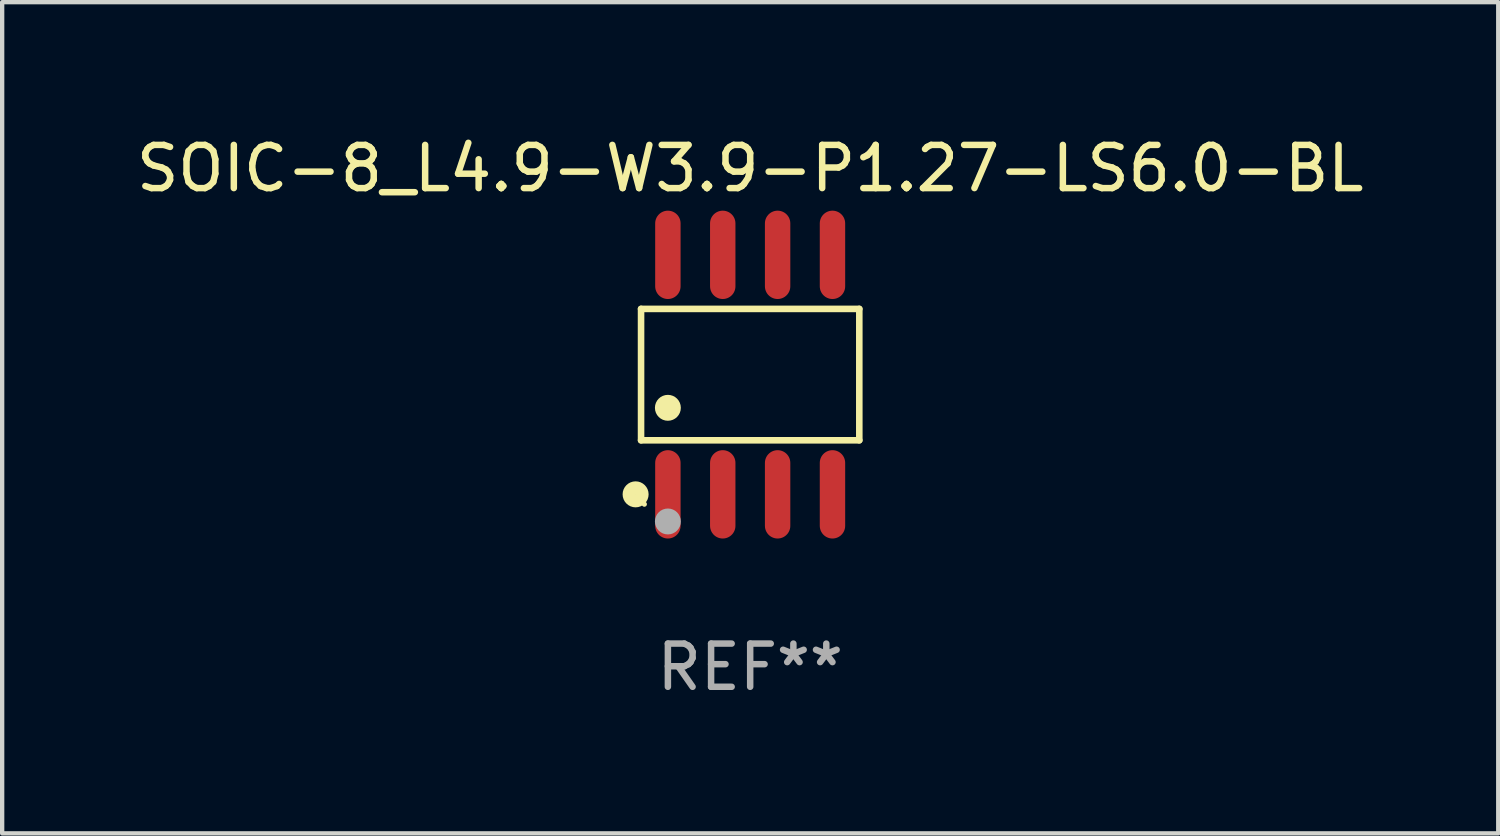
<source format=kicad_pcb>
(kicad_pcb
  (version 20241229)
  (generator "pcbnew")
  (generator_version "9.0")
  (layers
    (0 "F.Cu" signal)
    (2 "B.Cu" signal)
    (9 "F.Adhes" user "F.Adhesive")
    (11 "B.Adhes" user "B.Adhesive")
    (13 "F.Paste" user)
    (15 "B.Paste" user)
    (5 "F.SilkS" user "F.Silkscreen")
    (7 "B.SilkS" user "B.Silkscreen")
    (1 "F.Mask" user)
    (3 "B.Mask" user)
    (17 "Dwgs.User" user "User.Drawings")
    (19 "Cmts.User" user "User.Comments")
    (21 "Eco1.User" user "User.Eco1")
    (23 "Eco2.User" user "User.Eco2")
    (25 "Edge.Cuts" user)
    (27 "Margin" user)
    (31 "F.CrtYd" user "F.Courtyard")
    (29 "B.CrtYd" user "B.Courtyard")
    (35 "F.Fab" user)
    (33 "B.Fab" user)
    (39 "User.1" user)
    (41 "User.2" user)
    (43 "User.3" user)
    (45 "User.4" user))
  (footprint "SOIC-8_L4.9-W3.9-P1.27-LS6.0-BL"
    (layer "F.Cu")
    (at 14.315 5.621)
    (property "Reference" "SOIC-8_L4.9-W3.9-P1.27-LS6.0-BL" (at 0 -4.772 0) (layer "F.SilkS") (effects (font (size 1 1) (thickness 0.15))))
    (attr smd)
    (fp_line (start -2.526 -1.521) (end 2.526 -1.521) (stroke (width 0.152) (type solid)) (layer "F.SilkS"))
    (fp_line (start -2.526 1.521) (end -2.526 -1.521) (stroke (width 0.152) (type solid)) (layer "F.SilkS"))
    (fp_line (start 2.526 -1.521) (end 2.526 1.521) (stroke (width 0.152) (type solid)) (layer "F.SilkS"))
    (fp_line (start 2.526 1.521) (end -2.526 1.521) (stroke (width 0.152) (type solid)) (layer "F.SilkS"))
    (fp_circle (center -2.652 2.772) (end -2.501 2.772) (stroke (width 0.3) (type solid)) (fill no) (layer "F.SilkS"))
    (fp_circle (center -2.45 3) (end -2.42 3) (stroke (width 0.06) (type solid)) (fill no) (layer "F.SilkS"))
    (fp_circle (center -1.905 0.769) (end -1.755 0.769) (stroke (width 0.3) (type solid)) (fill no) (layer "F.SilkS"))
    (fp_circle (center -1.905 3.4) (end -1.755 3.4) (stroke (width 0.3) (type solid)) (fill no) (layer "F.Fab"))
    (fp_text user "REF**" (at 0 6.772 0) (layer "F.Fab") (effects (font (size 1 1) (thickness 0.15))))
    (pad "1" smd oval (at -1.905 2.772) (size 0.588 2.045) (layers "F.Cu" "F.Mask" "F.Paste"))
    (pad "2" smd oval (at -0.635 2.772) (size 0.588 2.045) (layers "F.Cu" "F.Mask" "F.Paste"))
    (pad "3" smd oval (at 0.635 2.772) (size 0.588 2.045) (layers "F.Cu" "F.Mask" "F.Paste"))
    (pad "4" smd oval (at 1.905 2.772) (size 0.588 2.045) (layers "F.Cu" "F.Mask" "F.Paste"))
    (pad "5" smd oval (at 1.905 -2.772) (size 0.588 2.045) (layers "F.Cu" "F.Mask" "F.Paste"))
    (pad "6" smd oval (at 0.635 -2.772) (size 0.588 2.045) (layers "F.Cu" "F.Mask" "F.Paste"))
    (pad "7" smd oval (at -0.635 -2.772) (size 0.588 2.045) (layers "F.Cu" "F.Mask" "F.Paste"))
    (pad "8" smd oval (at -1.905 -2.772) (size 0.588 2.045) (layers "F.Cu" "F.Mask" "F.Paste")))
  (gr_rect
    (start -3 -3)
    (end 31.631 16.241)
    (stroke (width 0.1) (type default))
    (fill no)
    (layer "Edge.Cuts")))
</source>
